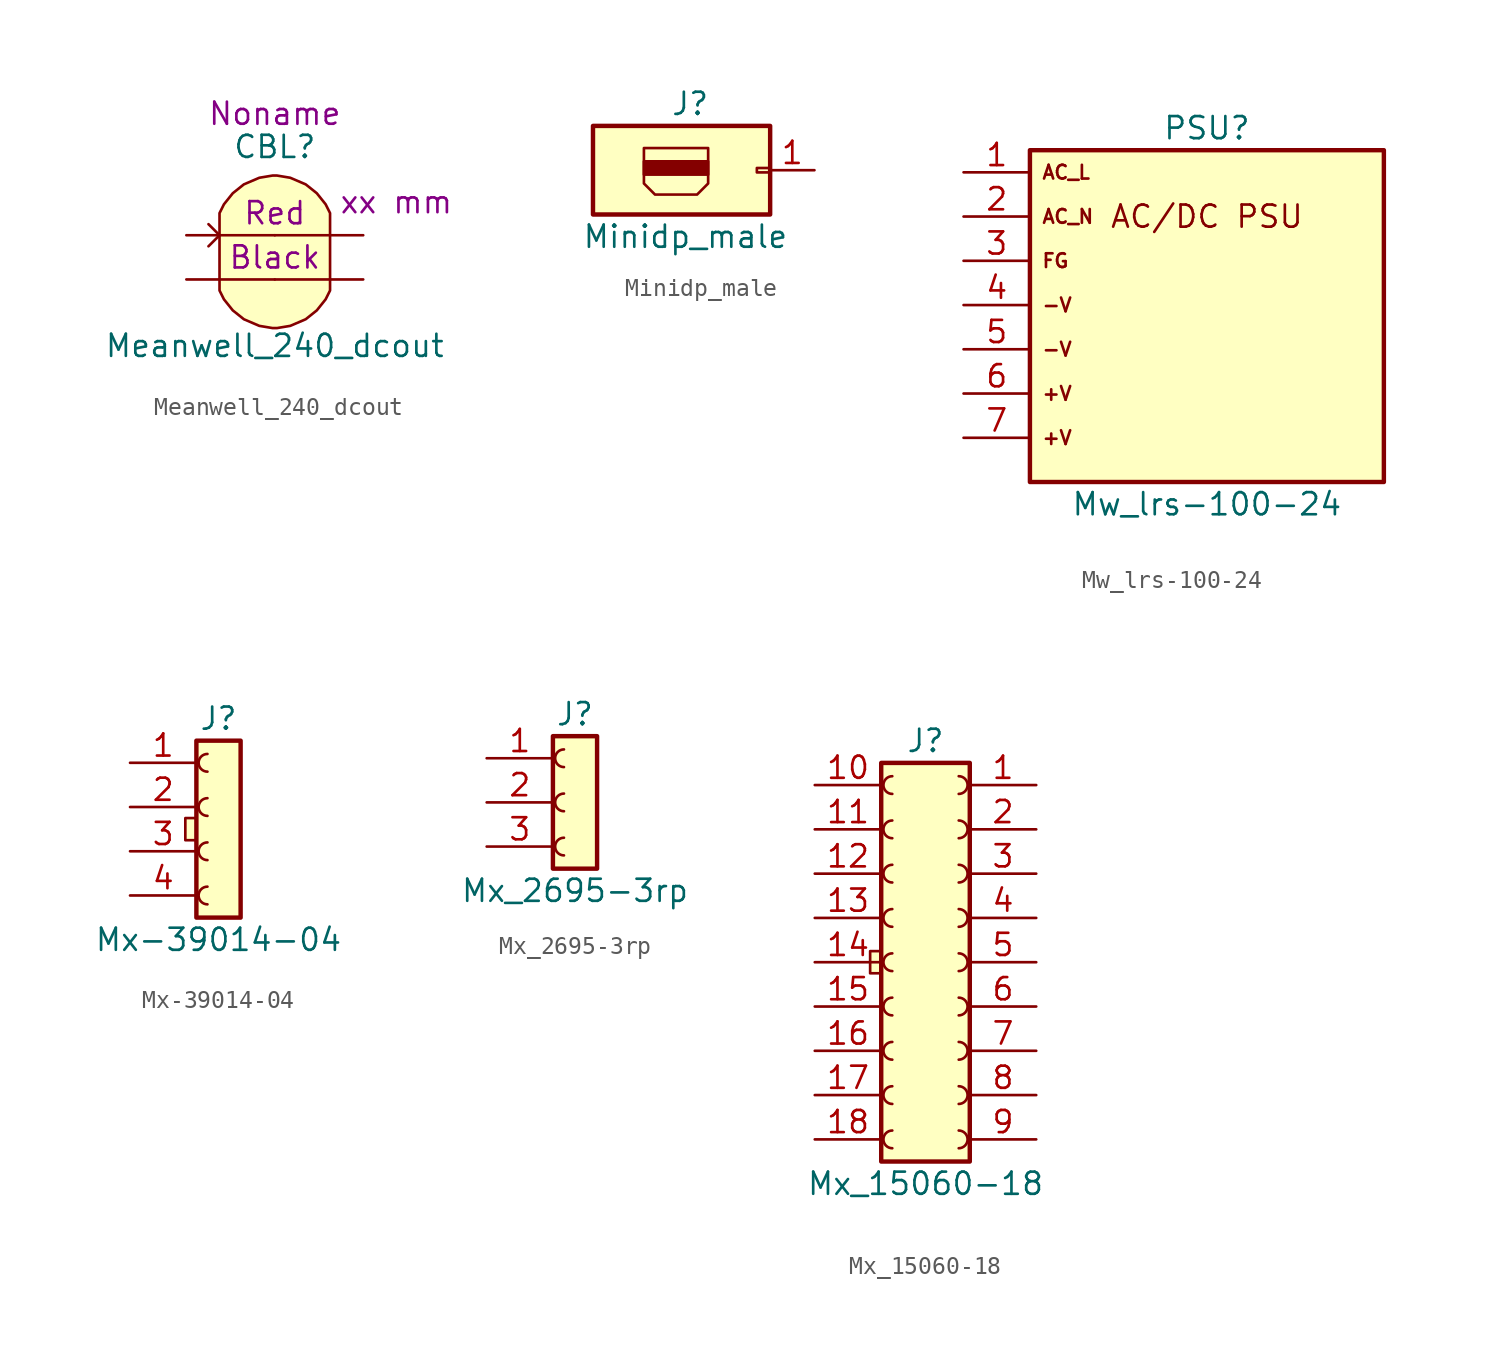
<source format=kicad_sym>
(kicad_symbol_lib
  (version 20220914)
  (generator kicad_symbol_editor)
  (symbol "Meanwell_240_dcout"
    (pin_numbers hide)
    (pin_names hide)
    (property "Reference" "CBL"
      (at 0 7.62 0)
      (effects (font (size 1.27 1.27))))
    (property "Value" "Meanwell_240_dcout"
      (at 0 -3.81 0)
      (effects (font (size 1.27 1.27))))
    (property "color1" "Red"
      (at 0 3.81 0)
      (effects (font (size 1.27 1.27))))
    (property "color2" "Black"
      (at 0 1.27 0)
      (effects (font (size 1.27 1.27))))
    (property "Length" "xx mm"
      (at 6.985 4.445 0)
      (effects (font (size 1.27 1.27))))
    (property "Harness_name" "Noname"
      (at 0 9.525 0)
      (effects (font (size 1.27 1.27))))
    (symbol "Meanwell_240_dcout_0_1"
      (polyline (pts (xy -3.81 3.175) (xy -3.175 2.54) (xy -3.81 1.905)) (stroke (width 0) (type default)) (fill (type none)))
      (polyline (pts (xy -3.175 0) (xy -3.175 3.81) (xy -2.921 4.318) (xy -2.413 4.953) (xy -1.778 5.461) (xy -0.889 5.842) (xy -0.127 5.969) (xy 0.127 5.969) (xy 0.889 5.842) (xy 1.778 5.461) (xy 2.413 4.953) (xy 2.921 4.318) (xy 3.175 3.81) (xy 3.175 0)) (stroke (width 0.152) (type default)) (fill (type background)))
      (polyline (pts (xy 3.175 0) (xy 3.175 -0.635) (xy 2.921 -1.143) (xy 2.413 -1.778) (xy 1.778 -2.286) (xy 0.889 -2.667) (xy 0.127 -2.794) (xy -0.127 -2.794) (xy -0.889 -2.667) (xy -1.778 -2.286) (xy -2.413 -1.778) (xy -2.921 -1.143) (xy -3.175 -0.635) (xy -3.175 0)) (stroke (width 0.152) (type default)) (fill (type background))))
    (symbol "Meanwell_240_dcout_1_1"
      (pin passive line (at -5.08 2.54 0) (length 5.08) (name "C1.1" (effects (font (size 1.27 1.27)))) (number "1" (effects (font (size 1.27 1.27)))))
      (pin passive line (at 5.08 2.54 180) (length 5.08) (name "C1.2" (effects (font (size 1.27 1.27)))) (number "2" (effects (font (size 1.27 1.27)))))
      (pin passive line (at -5.08 0 0) (length 5.08) (name "C2.1" (effects (font (size 1.27 1.27)))) (number "3" (effects (font (size 1.27 1.27)))))
      (pin passive line (at 5.08 0 180) (length 5.08) (name "C2.2" (effects (font (size 1.27 1.27)))) (number "4" (effects (font (size 1.27 1.27)))))))
  (symbol "Minidp_male"
    (pin_names
      (offset 1.016) hide)
    (property "Reference" "J"
      (at -5.715 3.81 0)
      (effects (font (size 1.27 1.27)) (justify left)))
    (property "Value" "Minidp_male"
      (at -10.795 -3.81 0)
      (effects (font (size 1.27 1.27)) (justify left)))
    (symbol "Minidp_male_0_0"
      (rectangle (start -7.239 -0.254) (end -3.556 0.508) (stroke (width 0) (type default)) (fill (type outline)))
      (polyline (pts (xy -7.239 -0.762) (xy -7.239 -0.127) (xy -7.239 1.27) (xy -3.556 1.27) (xy -3.556 -0.762) (xy -4.191 -1.397) (xy -6.604 -1.397) (xy -7.239 -0.762)) (stroke (width 0) (type default)) (fill (type none))))
    (symbol "Minidp_male_0_1"
      (rectangle (start -10.16 -2.54) (end 0 2.54) (stroke (width 0.254) (type default)) (fill (type background)))
      (rectangle (start 0 -0.127) (end -0.762 0.127) (stroke (width 0) (type default)) (fill (type none))))
    (symbol "Minidp_male_1_1"
      (pin passive line (at 2.54 0 180) (length 2.54) (name "Pin_1" (effects (font (size 1.27 1.27)))) (number "1" (effects (font (size 1.27 1.27)))))))
  (symbol "Mw_lrs-100-24"
    (pin_names
      (offset 1.016) hide)
    (property "Reference" "PSU"
      (at 0 10.16 0)
      (effects (font (size 1.27 1.27))))
    (property "Value" "Mw_lrs-100-24"
      (at 0 -11.43 0)
      (effects (font (size 1.27 1.27))))
    (symbol "Mw_lrs-100-24_0_0"
      (text "AC/DC PSU" (at 0 5.08 0) (effects (font (size 1.27 1.27))))
      (text "AC_L" (at -9.525 7.62 0) (effects (font (size 0.787 0.787)) (justify left))))
    (symbol "Mw_lrs-100-24_0_1"
      (rectangle (start 10.16 8.89) (end -10.16 -10.16) (stroke (width 0.254) (type default)) (fill (type background))))
    (symbol "Mw_lrs-100-24_1_1"
      (text "+V" (at -9.525 -7.62 0) (effects (font (size 0.787 0.787)) (justify left)))
      (text "+V" (at -9.525 -5.08 0) (effects (font (size 0.787 0.787)) (justify left)))
      (text "-V" (at -9.525 -2.54 0) (effects (font (size 0.787 0.787)) (justify left)))
      (text "-V" (at -9.525 0 0) (effects (font (size 0.787 0.787)) (justify left)))
      (text "AC_N" (at -9.525 5.08 0) (effects (font (size 0.787 0.787)) (justify left)))
      (text "FG" (at -9.525 2.54 0) (effects (font (size 0.787 0.787)) (justify left)))
      (pin passive line (at -13.97 7.62 0) (length 3.81) (name "AC_L" (effects (font (size 1.27 1.27)))) (number "1" (effects (font (size 1.27 1.27)))))
      (pin passive line (at -13.97 5.08 0) (length 3.81) (name "AC_N" (effects (font (size 1.27 1.27)))) (number "2" (effects (font (size 1.27 1.27)))))
      (pin passive line (at -13.97 2.54 0) (length 3.81) (name "FG" (effects (font (size 1.27 1.27)))) (number "3" (effects (font (size 1.27 1.27)))))
      (pin passive line (at -13.97 0 0) (length 3.81) (name "DC_NEG1" (effects (font (size 1.27 1.27)))) (number "4" (effects (font (size 1.27 1.27)))))
      (pin passive line (at -13.97 -2.54 0) (length 3.81) (name "DC_NEG2" (effects (font (size 1.27 1.27)))) (number "5" (effects (font (size 1.27 1.27)))))
      (pin passive line (at -13.97 -5.08 0) (length 3.81) (name "DC_POS1" (effects (font (size 1.27 1.27)))) (number "6" (effects (font (size 1.27 1.27)))))
      (pin passive line (at -13.97 -7.62 0) (length 3.81) (name "DC_POS2" (effects (font (size 1.27 1.27)))) (number "7" (effects (font (size 1.27 1.27)))))))
  (symbol "Mx-39014-04"
    (pin_names
      (offset 1.016) hide)
    (property "Reference" "J"
      (at 0 6.35 0)
      (effects (font (size 1.27 1.27))))
    (property "Value" "Mx-39014-04"
      (at 0 -6.35 0)
      (effects (font (size 1.27 1.27))))
    (symbol "Mx-39014-04_0_1"
      (rectangle (start -1.905 0.635) (end -1.27 -0.635) (stroke (width 0) (type default)) (fill (type background))))
    (symbol "Mx-39014-04_1_1"
      (arc (start -0.635 -3.302) (mid -1.1408 -3.81) (end -0.635 -4.318) (stroke (width 0) (type default)) (fill (type none)))
      (arc (start -0.635 -0.762) (mid -1.1408 -1.27) (end -0.635 -1.778) (stroke (width 0) (type default)) (fill (type none)))
      (arc (start -0.635 1.778) (mid -1.1408 1.27) (end -0.635 0.762) (stroke (width 0) (type default)) (fill (type none)))
      (arc (start -0.635 4.318) (mid -1.1408 3.81) (end -0.635 3.302) (stroke (width 0) (type default)) (fill (type none)))
      (rectangle (start 1.27 5.08) (end -1.27 -5.08) (stroke (width 0.254) (type default)) (fill (type background)))
      (pin passive line (at -5.08 3.81 0) (length 3.81) (name "Pin_1" (effects (font (size 1.27 1.27)))) (number "1" (effects (font (size 1.27 1.27)))))
      (pin passive line (at -5.08 1.27 0) (length 3.81) (name "Pin_2" (effects (font (size 1.27 1.27)))) (number "2" (effects (font (size 1.27 1.27)))))
      (pin passive line (at -5.08 -1.27 0) (length 3.81) (name "Pin_3" (effects (font (size 1.27 1.27)))) (number "3" (effects (font (size 1.27 1.27)))))
      (pin passive line (at -5.08 -3.81 0) (length 3.81) (name "Pin_4" (effects (font (size 1.27 1.27)))) (number "4" (effects (font (size 1.27 1.27)))))))
  (symbol "Mx_2695-3rp"
    (pin_names
      (offset 1.016) hide)
    (property "Reference" "J"
      (at 0 5.08 0)
      (effects (font (size 1.27 1.27))))
    (property "Value" "Mx_2695-3rp"
      (at 0 -5.08 0)
      (effects (font (size 1.27 1.27))))
    (symbol "Mx_2695-3rp_1_1"
      (rectangle (start -1.27 3.81) (end 1.27 -3.81) (stroke (width 0.254) (type default)) (fill (type background)))
      (arc (start -0.635 -2.032) (mid -1.1408 -2.54) (end -0.635 -3.048) (stroke (width 0) (type default)) (fill (type none)))
      (arc (start -0.635 0.508) (mid -1.1408 0) (end -0.635 -0.508) (stroke (width 0) (type default)) (fill (type none)))
      (arc (start -0.635 3.048) (mid -1.1408 2.54) (end -0.635 2.032) (stroke (width 0) (type default)) (fill (type none)))
      (pin passive line (at -5.08 2.54 0) (length 3.81) (name "Pin_1" (effects (font (size 1.27 1.27)))) (number "1" (effects (font (size 1.27 1.27)))))
      (pin passive line (at -5.08 0 0) (length 3.81) (name "Pin_2" (effects (font (size 1.27 1.27)))) (number "2" (effects (font (size 1.27 1.27)))))
      (pin passive line (at -5.08 -2.54 0) (length 3.81) (name "Pin_3" (effects (font (size 1.27 1.27)))) (number "3" (effects (font (size 1.27 1.27)))))))
  (symbol "Mx_15060-18"
    (pin_names
      (offset 1.016) hide)
    (property "Reference" "J"
      (at 0 12.7 0)
      (effects (font (size 1.27 1.27))))
    (property "Value" "Mx_15060-18"
      (at 0 -12.7 0)
      (effects (font (size 1.27 1.27))))
    (symbol "Mx_15060-18_0_1"
      (rectangle (start -3.175 0.635) (end -2.54 -0.635) (stroke (width 0) (type default)) (fill (type background))))
    (symbol "Mx_15060-18_1_1"
      (rectangle (start -2.54 11.43) (end 2.54 -11.43) (stroke (width 0.254) (type default)) (fill (type background)))
      (arc (start -1.905 -9.652) (mid -2.4108 -10.16) (end -1.905 -10.668) (stroke (width 0) (type default)) (fill (type none)))
      (arc (start -1.905 -7.112) (mid -2.4108 -7.62) (end -1.905 -8.128) (stroke (width 0) (type default)) (fill (type none)))
      (arc (start -1.905 -4.572) (mid -2.4108 -5.08) (end -1.905 -5.588) (stroke (width 0) (type default)) (fill (type none)))
      (arc (start -1.905 -2.032) (mid -2.4108 -2.54) (end -1.905 -3.048) (stroke (width 0) (type default)) (fill (type none)))
      (arc (start -1.905 0.508) (mid -2.4108 0) (end -1.905 -0.508) (stroke (width 0) (type default)) (fill (type none)))
      (arc (start -1.905 3.048) (mid -2.4108 2.54) (end -1.905 2.032) (stroke (width 0) (type default)) (fill (type none)))
      (arc (start -1.905 5.588) (mid -2.4108 5.08) (end -1.905 4.572) (stroke (width 0) (type default)) (fill (type none)))
      (arc (start -1.905 8.128) (mid -2.4108 7.62) (end -1.905 7.112) (stroke (width 0) (type default)) (fill (type none)))
      (arc (start -1.905 10.668) (mid -2.4108 10.16) (end -1.905 9.652) (stroke (width 0) (type default)) (fill (type none)))
      (arc (start 1.905 -10.668) (mid 2.4108 -10.16) (end 1.905 -9.652) (stroke (width 0) (type default)) (fill (type none)))
      (arc (start 1.905 -8.128) (mid 2.4108 -7.62) (end 1.905 -7.112) (stroke (width 0) (type default)) (fill (type none)))
      (arc (start 1.905 -5.588) (mid 2.4108 -5.08) (end 1.905 -4.572) (stroke (width 0) (type default)) (fill (type none)))
      (arc (start 1.905 -3.048) (mid 2.4108 -2.54) (end 1.905 -2.032) (stroke (width 0) (type default)) (fill (type none)))
      (arc (start 1.905 -0.508) (mid 2.4108 0) (end 1.905 0.508) (stroke (width 0) (type default)) (fill (type none)))
      (arc (start 1.905 2.032) (mid 2.4108 2.54) (end 1.905 3.048) (stroke (width 0) (type default)) (fill (type none)))
      (arc (start 1.905 4.572) (mid 2.4108 5.08) (end 1.905 5.588) (stroke (width 0) (type default)) (fill (type none)))
      (arc (start 1.905 7.112) (mid 2.4108 7.62) (end 1.905 8.128) (stroke (width 0) (type default)) (fill (type none)))
      (arc (start 1.905 9.652) (mid 2.4108 10.16) (end 1.905 10.668) (stroke (width 0) (type default)) (fill (type none)))
      (pin passive line (at 6.35 10.16 180) (length 3.81) (name "~" (effects (font (size 1.27 1.27)))) (number "1" (effects (font (size 1.27 1.27)))))
      (pin passive line (at -6.35 10.16 0) (length 3.81) (name "~" (effects (font (size 1.27 1.27)))) (number "10" (effects (font (size 1.27 1.27)))))
      (pin passive line (at -6.35 7.62 0) (length 3.81) (name "~" (effects (font (size 1.27 1.27)))) (number "11" (effects (font (size 1.27 1.27)))))
      (pin passive line (at -6.35 5.08 0) (length 3.81) (name "~" (effects (font (size 1.27 1.27)))) (number "12" (effects (font (size 1.27 1.27)))))
      (pin passive line (at -6.35 2.54 0) (length 3.81) (name "~" (effects (font (size 1.27 1.27)))) (number "13" (effects (font (size 1.27 1.27)))))
      (pin passive line (at -6.35 0 0) (length 3.81) (name "~" (effects (font (size 1.27 1.27)))) (number "14" (effects (font (size 1.27 1.27)))))
      (pin passive line (at -6.35 -2.54 0) (length 3.81) (name "~" (effects (font (size 1.27 1.27)))) (number "15" (effects (font (size 1.27 1.27)))))
      (pin passive line (at -6.35 -5.08 0) (length 3.81) (name "~" (effects (font (size 1.27 1.27)))) (number "16" (effects (font (size 1.27 1.27)))))
      (pin passive line (at -6.35 -7.62 0) (length 3.81) (name "~" (effects (font (size 1.27 1.27)))) (number "17" (effects (font (size 1.27 1.27)))))
      (pin passive line (at -6.35 -10.16 0) (length 3.81) (name "~" (effects (font (size 1.27 1.27)))) (number "18" (effects (font (size 1.27 1.27)))))
      (pin passive line (at 6.35 7.62 180) (length 3.81) (name "~" (effects (font (size 1.27 1.27)))) (number "2" (effects (font (size 1.27 1.27)))))
      (pin passive line (at 6.35 5.08 180) (length 3.81) (name "~" (effects (font (size 1.27 1.27)))) (number "3" (effects (font (size 1.27 1.27)))))
      (pin passive line (at 6.35 2.54 180) (length 3.81) (name "~" (effects (font (size 1.27 1.27)))) (number "4" (effects (font (size 1.27 1.27)))))
      (pin passive line (at 6.35 0 180) (length 3.81) (name "~" (effects (font (size 1.27 1.27)))) (number "5" (effects (font (size 1.27 1.27)))))
      (pin passive line (at 6.35 -2.54 180) (length 3.81) (name "~" (effects (font (size 1.27 1.27)))) (number "6" (effects (font (size 1.27 1.27)))))
      (pin passive line (at 6.35 -5.08 180) (length 3.81) (name "~" (effects (font (size 1.27 1.27)))) (number "7" (effects (font (size 1.27 1.27)))))
      (pin passive line (at 6.35 -7.62 180) (length 3.81) (name "~" (effects (font (size 1.27 1.27)))) (number "8" (effects (font (size 1.27 1.27)))))
      (pin passive line (at 6.35 -10.16 180) (length 3.81) (name "~" (effects (font (size 1.27 1.27)))) (number "9" (effects (font (size 1.27 1.27))))))))
</source>
